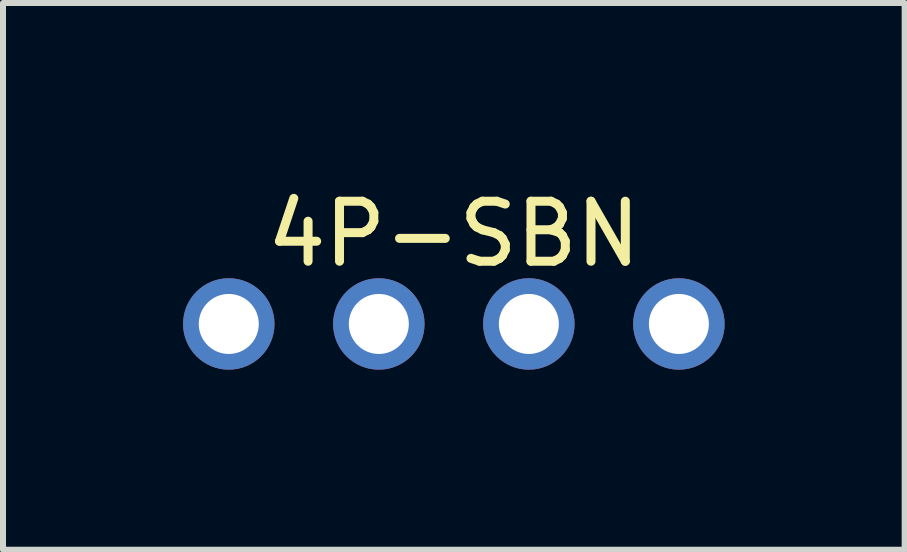
<source format=kicad_pcb>
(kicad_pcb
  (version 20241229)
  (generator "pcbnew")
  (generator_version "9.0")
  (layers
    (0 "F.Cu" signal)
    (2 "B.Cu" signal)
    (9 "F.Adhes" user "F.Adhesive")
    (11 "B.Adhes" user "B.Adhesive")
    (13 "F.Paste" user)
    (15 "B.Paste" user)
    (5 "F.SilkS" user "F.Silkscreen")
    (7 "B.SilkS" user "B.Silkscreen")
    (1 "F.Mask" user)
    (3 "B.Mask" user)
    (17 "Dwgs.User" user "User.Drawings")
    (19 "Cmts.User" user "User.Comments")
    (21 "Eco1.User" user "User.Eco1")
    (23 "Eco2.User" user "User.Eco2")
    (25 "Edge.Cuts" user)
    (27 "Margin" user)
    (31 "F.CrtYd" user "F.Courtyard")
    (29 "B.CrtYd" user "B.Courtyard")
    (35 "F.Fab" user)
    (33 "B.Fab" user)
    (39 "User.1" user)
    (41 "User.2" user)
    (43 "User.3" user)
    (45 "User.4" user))
  (footprint "4P-SBN"
    (layer "F.Cu")
    (at 4.512 2.348)
    (property "Reference" "4P-SBN" (at 0 -1.5 0) (layer "F.SilkS") (effects (font (size 1 1) (thickness 0.15))))
    (attr through_hole)
    (pad "1" thru_hole circle (at -3.75 0) (size 1.524 1.524) (drill 1) (layers "*.Cu" "*.Mask"))
    (pad "2" thru_hole circle (at -1.25 0) (size 1.524 1.524) (drill 1) (layers "*.Cu" "*.Mask"))
    (pad "3" thru_hole circle (at 1.25 0) (size 1.524 1.524) (drill 1) (layers "*.Cu" "*.Mask"))
    (pad "4" thru_hole circle (at 3.75 0) (size 1.524 1.524) (drill 1) (layers "*.Cu" "*.Mask")))
  (gr_rect
    (start -3 -3)
    (end 12.024 6.11)
    (stroke (width 0.1) (type default))
    (fill no)
    (layer "Edge.Cuts")))
</source>
